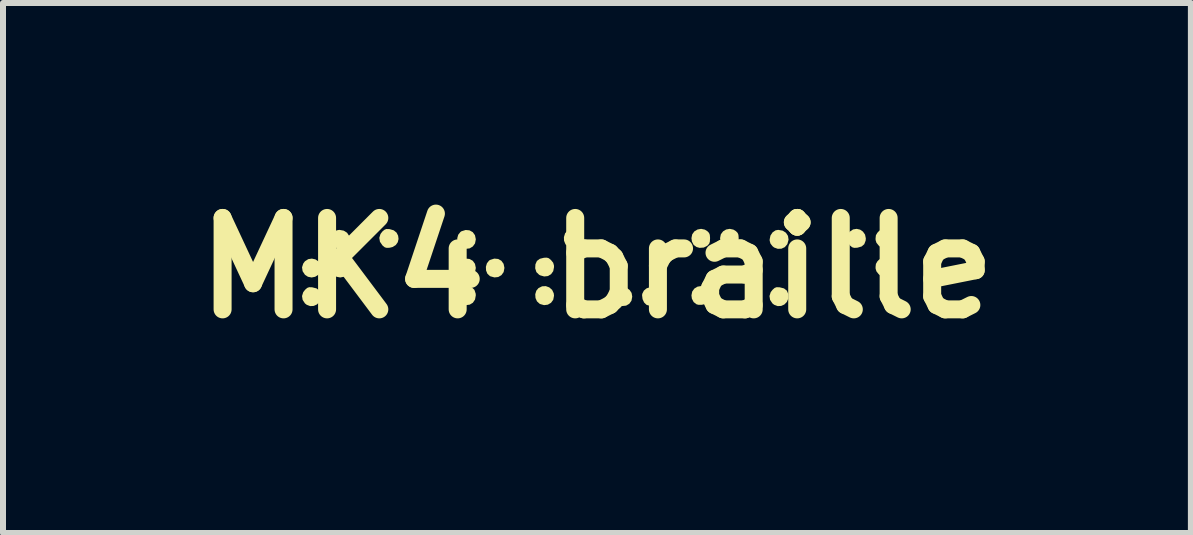
<source format=kicad_pcb>
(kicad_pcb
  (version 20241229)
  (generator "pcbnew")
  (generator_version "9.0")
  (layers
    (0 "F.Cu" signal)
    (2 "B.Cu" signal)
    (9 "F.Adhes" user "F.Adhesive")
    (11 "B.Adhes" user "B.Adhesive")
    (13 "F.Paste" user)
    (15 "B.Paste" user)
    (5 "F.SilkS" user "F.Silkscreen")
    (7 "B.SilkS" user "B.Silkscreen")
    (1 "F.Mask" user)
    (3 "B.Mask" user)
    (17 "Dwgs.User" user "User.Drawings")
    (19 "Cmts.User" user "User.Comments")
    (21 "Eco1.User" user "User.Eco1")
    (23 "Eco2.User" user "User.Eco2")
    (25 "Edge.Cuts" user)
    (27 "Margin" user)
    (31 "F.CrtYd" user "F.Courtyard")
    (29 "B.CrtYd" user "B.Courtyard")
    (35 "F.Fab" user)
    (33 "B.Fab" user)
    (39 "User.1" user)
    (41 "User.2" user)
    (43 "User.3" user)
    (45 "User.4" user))
  (footprint "MK4 braille"
    (layer "F.Cu")
    (at 6.902 1.418)
    (property "Reference" "MK4 braille" (at 0 0 0) (layer "F.SilkS") (effects (font (size 1.524 1.524) (thickness 0.3))))
    (attr board_only exclude_from_pos_files exclude_from_bom)
    (fp_poly (pts (xy -4.694 -0.144) (xy -4.643 -0.11) (xy -4.608 -0.059) (xy -4.596 0) (xy -4.61 0.064) (xy -4.646 0.113) (xy -4.698 0.146) (xy -4.757 0.158) (xy -4.818 0.146) (xy -4.868 0.113) (xy -4.907 0.054) (xy -4.917 -0.011) (xy -4.897 -0.074) (xy -4.868 -0.113) (xy -4.813 -0.148) (xy -4.753 -0.157)) (stroke (width 0) (type solid)) (fill yes) (layer "F.SilkS"))
    (fp_poly (pts (xy -2.086 0.323) (xy -2.043 0.364) (xy -2.022 0.427) (xy -2.02 0.455) (xy -2.033 0.526) (xy -2.069 0.579) (xy -2.122 0.611) (xy -2.186 0.619) (xy -2.255 0.599) (xy -2.262 0.596) (xy -2.303 0.556) (xy -2.325 0.507) (xy -2.332 0.437) (xy -2.313 0.377) (xy -2.271 0.332) (xy -2.225 0.312) (xy -2.147 0.304)) (stroke (width 0) (type solid)) (fill yes) (layer "F.SilkS"))
    (fp_poly (pts (xy -0.795 0.323) (xy -0.748 0.364) (xy -0.721 0.421) (xy -0.716 0.461) (xy -0.729 0.529) (xy -0.766 0.58) (xy -0.819 0.611) (xy -0.882 0.619) (xy -0.95 0.6) (xy -0.956 0.596) (xy -1 0.556) (xy -1.025 0.5) (xy -1.029 0.437) (xy -1.011 0.378) (xy -0.975 0.335) (xy -0.915 0.305) (xy -0.853 0.302)) (stroke (width 0) (type solid)) (fill yes) (layer "F.SilkS"))
    (fp_poly (pts (xy 0.495 0.332) (xy 0.543 0.365) (xy 0.577 0.415) (xy 0.588 0.477) (xy 0.575 0.545) (xy 0.539 0.596) (xy 0.486 0.627) (xy 0.422 0.634) (xy 0.354 0.615) (xy 0.347 0.611) (xy 0.304 0.572) (xy 0.28 0.515) (xy 0.278 0.451) (xy 0.291 0.405) (xy 0.331 0.352) (xy 0.382 0.324) (xy 0.44 0.318)) (stroke (width 0) (type solid)) (fill yes) (layer "F.SilkS"))
    (fp_poly (pts (xy -4.222 -0.623) (xy -4.166 -0.588) (xy -4.132 -0.536) (xy -4.122 -0.472) (xy -4.141 -0.403) (xy -4.144 -0.396) (xy -4.185 -0.348) (xy -4.241 -0.322) (xy -4.303 -0.32) (xy -4.363 -0.342) (xy -4.391 -0.365) (xy -4.424 -0.408) (xy -4.437 -0.456) (xy -4.437 -0.477) (xy -4.424 -0.541) (xy -4.389 -0.594) (xy -4.339 -0.628) (xy -4.295 -0.636)) (stroke (width 0) (type solid)) (fill yes) (layer "F.SilkS"))
    (fp_poly (pts (xy -4.216 -0.144) (xy -4.166 -0.11) (xy -4.131 -0.059) (xy -4.119 0) (xy -4.133 0.064) (xy -4.169 0.113) (xy -4.221 0.146) (xy -4.28 0.158) (xy -4.341 0.146) (xy -4.391 0.113) (xy -4.424 0.07) (xy -4.437 0.021) (xy -4.437 0) (xy -4.431 -0.054) (xy -4.406 -0.097) (xy -4.391 -0.113) (xy -4.336 -0.148) (xy -4.276 -0.157)) (stroke (width 0) (type solid)) (fill yes) (layer "F.SilkS"))
    (fp_poly (pts (xy -2.125 -0.628) (xy -2.071 -0.598) (xy -2.034 -0.547) (xy -2.02 -0.48) (xy -2.02 -0.477) (xy -2.033 -0.41) (xy -2.07 -0.359) (xy -2.123 -0.327) (xy -2.186 -0.32) (xy -2.254 -0.339) (xy -2.261 -0.342) (xy -2.304 -0.382) (xy -2.326 -0.437) (xy -2.329 -0.498) (xy -2.313 -0.555) (xy -2.276 -0.601) (xy -2.258 -0.613) (xy -2.189 -0.634)) (stroke (width 0) (type solid)) (fill yes) (layer "F.SilkS"))
    (fp_poly (pts (xy -2.125 -0.151) (xy -2.071 -0.121) (xy -2.034 -0.07) (xy -2.02 -0.003) (xy -2.02 0) (xy -2.033 0.068) (xy -2.07 0.119) (xy -2.123 0.15) (xy -2.186 0.157) (xy -2.254 0.138) (xy -2.261 0.135) (xy -2.304 0.095) (xy -2.326 0.041) (xy -2.329 -0.02) (xy -2.313 -0.078) (xy -2.276 -0.124) (xy -2.258 -0.135) (xy -2.189 -0.157)) (stroke (width 0) (type solid)) (fill yes) (layer "F.SilkS"))
    (fp_poly (pts (xy -1.647 -0.151) (xy -1.594 -0.121) (xy -1.557 -0.07) (xy -1.543 -0.003) (xy -1.543 0) (xy -1.556 0.068) (xy -1.593 0.119) (xy -1.646 0.15) (xy -1.709 0.157) (xy -1.777 0.138) (xy -1.784 0.135) (xy -1.827 0.095) (xy -1.849 0.041) (xy -1.852 -0.02) (xy -1.835 -0.078) (xy -1.799 -0.124) (xy -1.781 -0.135) (xy -1.712 -0.157)) (stroke (width 0) (type solid)) (fill yes) (layer "F.SilkS"))
    (fp_poly (pts (xy 3.095 -0.623) (xy 3.15 -0.588) (xy 3.184 -0.536) (xy 3.194 -0.472) (xy 3.175 -0.403) (xy 3.172 -0.396) (xy 3.131 -0.348) (xy 3.075 -0.322) (xy 3.013 -0.32) (xy 2.953 -0.342) (xy 2.925 -0.365) (xy 2.892 -0.408) (xy 2.879 -0.456) (xy 2.879 -0.477) (xy 2.892 -0.541) (xy 2.927 -0.594) (xy 2.977 -0.628) (xy 3.021 -0.636)) (stroke (width 0) (type solid)) (fill yes) (layer "F.SilkS"))
    (fp_poly (pts (xy -4.754 0.321) (xy -4.746 0.322) (xy -4.675 0.34) (xy -4.628 0.377) (xy -4.604 0.435) (xy -4.603 0.44) (xy -4.603 0.508) (xy -4.627 0.565) (xy -4.669 0.608) (xy -4.722 0.632) (xy -4.781 0.635) (xy -4.839 0.613) (xy -4.868 0.59) (xy -4.907 0.531) (xy -4.917 0.467) (xy -4.897 0.403) (xy -4.866 0.363) (xy -4.831 0.332) (xy -4.799 0.32)) (stroke (width 0) (type solid)) (fill yes) (layer "F.SilkS"))
    (fp_poly (pts (xy -0.803 -0.163) (xy -0.77 -0.136) (xy -0.764 -0.13) (xy -0.73 -0.088) (xy -0.717 -0.043) (xy -0.716 -0.016) (xy -0.729 0.052) (xy -0.765 0.103) (xy -0.817 0.134) (xy -0.88 0.141) (xy -0.947 0.122) (xy -0.965 0.112) (xy -1.01 0.068) (xy -1.03 0.005) (xy -1.026 -0.062) (xy -1.001 -0.118) (xy -0.952 -0.154) (xy -0.884 -0.171) (xy -0.836 -0.173)) (stroke (width 0) (type solid)) (fill yes) (layer "F.SilkS"))
    (fp_poly (pts (xy -0.327 -0.641) (xy -0.294 -0.615) (xy -0.287 -0.608) (xy -0.248 -0.551) (xy -0.236 -0.492) (xy -0.247 -0.435) (xy -0.278 -0.387) (xy -0.323 -0.352) (xy -0.38 -0.335) (xy -0.445 -0.341) (xy -0.477 -0.354) (xy -0.525 -0.395) (xy -0.549 -0.455) (xy -0.551 -0.515) (xy -0.531 -0.58) (xy -0.491 -0.623) (xy -0.426 -0.645) (xy -0.408 -0.648) (xy -0.36 -0.651)) (stroke (width 0) (type solid)) (fill yes) (layer "F.SilkS"))
    (fp_poly (pts (xy 0.947 0.322) (xy 1.005 0.344) (xy 1.045 0.38) (xy 1.058 0.412) (xy 1.065 0.459) (xy 1.065 0.474) (xy 1.052 0.543) (xy 1.017 0.595) (xy 0.964 0.627) (xy 0.901 0.635) (xy 0.832 0.616) (xy 0.824 0.612) (xy 0.786 0.575) (xy 0.76 0.519) (xy 0.752 0.456) (xy 0.755 0.43) (xy 0.782 0.376) (xy 0.827 0.339) (xy 0.885 0.32)) (stroke (width 0) (type solid)) (fill yes) (layer "F.SilkS"))
    (fp_poly (pts (xy 3.039 0.321) (xy 3.047 0.322) (xy 3.118 0.34) (xy 3.165 0.377) (xy 3.19 0.435) (xy 3.19 0.44) (xy 3.19 0.508) (xy 3.166 0.565) (xy 3.124 0.608) (xy 3.071 0.632) (xy 3.012 0.635) (xy 2.954 0.613) (xy 2.925 0.59) (xy 2.886 0.531) (xy 2.876 0.467) (xy 2.896 0.403) (xy 2.927 0.363) (xy 2.962 0.332) (xy 2.994 0.32)) (stroke (width 0) (type solid)) (fill yes) (layer "F.SilkS"))
    (fp_poly (pts (xy 4.386 -0.64) (xy 4.434 -0.607) (xy 4.469 -0.557) (xy 4.482 -0.494) (xy 4.479 -0.457) (xy 4.456 -0.397) (xy 4.412 -0.359) (xy 4.343 -0.339) (xy 4.335 -0.338) (xy 4.287 -0.336) (xy 4.254 -0.346) (xy 4.221 -0.373) (xy 4.216 -0.379) (xy 4.175 -0.438) (xy 4.165 -0.502) (xy 4.183 -0.566) (xy 4.214 -0.606) (xy 4.269 -0.643) (xy 4.329 -0.653)) (stroke (width 0) (type solid)) (fill yes) (layer "F.SilkS"))
    (fp_poly (pts (xy -3.47 -0.649) (xy -3.455 -0.648) (xy -3.388 -0.628) (xy -3.341 -0.59) (xy -3.315 -0.539) (xy -3.308 -0.484) (xy -3.321 -0.43) (xy -3.354 -0.383) (xy -3.408 -0.35) (xy -3.455 -0.338) (xy -3.504 -0.336) (xy -3.536 -0.344) (xy -3.568 -0.369) (xy -3.578 -0.379) (xy -3.618 -0.438) (xy -3.629 -0.503) (xy -3.609 -0.567) (xy -3.578 -0.608) (xy -3.544 -0.637) (xy -3.513 -0.65)) (stroke (width 0) (type solid)) (fill yes) (layer "F.SilkS"))
    (fp_poly (pts (xy 1.795 0.314) (xy 1.848 0.351) (xy 1.878 0.385) (xy 1.89 0.417) (xy 1.89 0.461) (xy 1.888 0.472) (xy 1.876 0.527) (xy 1.854 0.57) (xy 1.849 0.576) (xy 1.807 0.6) (xy 1.749 0.613) (xy 1.691 0.613) (xy 1.66 0.605) (xy 1.612 0.568) (xy 1.582 0.511) (xy 1.575 0.456) (xy 1.588 0.392) (xy 1.624 0.342) (xy 1.675 0.311) (xy 1.734 0.301)) (stroke (width 0) (type solid)) (fill yes) (layer "F.SilkS"))
    (fp_poly (pts (xy 1.798 -0.64) (xy 1.84 -0.614) (xy 1.868 -0.585) (xy 1.881 -0.553) (xy 1.885 -0.504) (xy 1.885 -0.493) (xy 1.882 -0.44) (xy 1.871 -0.406) (xy 1.846 -0.378) (xy 1.84 -0.372) (xy 1.781 -0.341) (xy 1.711 -0.336) (xy 1.66 -0.35) (xy 1.612 -0.385) (xy 1.583 -0.442) (xy 1.575 -0.498) (xy 1.588 -0.562) (xy 1.624 -0.611) (xy 1.676 -0.642) (xy 1.736 -0.653)) (stroke (width 0) (type solid)) (fill yes) (layer "F.SilkS"))
    (fp_poly (pts (xy 2.275 -0.64) (xy 2.317 -0.614) (xy 2.345 -0.585) (xy 2.358 -0.553) (xy 2.362 -0.504) (xy 2.362 -0.493) (xy 2.359 -0.44) (xy 2.348 -0.406) (xy 2.323 -0.378) (xy 2.317 -0.372) (xy 2.258 -0.341) (xy 2.188 -0.336) (xy 2.137 -0.35) (xy 2.09 -0.385) (xy 2.06 -0.442) (xy 2.052 -0.498) (xy 2.065 -0.562) (xy 2.102 -0.611) (xy 2.153 -0.642) (xy 2.214 -0.653)) (stroke (width 0) (type solid)) (fill yes) (layer "F.SilkS"))
    (fp_poly (pts (xy 4.801 -0.649) (xy 4.815 -0.648) (xy 4.882 -0.628) (xy 4.929 -0.59) (xy 4.956 -0.539) (xy 4.963 -0.484) (xy 4.949 -0.43) (xy 4.916 -0.383) (xy 4.863 -0.35) (xy 4.815 -0.338) (xy 4.767 -0.336) (xy 4.734 -0.344) (xy 4.702 -0.369) (xy 4.693 -0.379) (xy 4.659 -0.421) (xy 4.645 -0.466) (xy 4.644 -0.493) (xy 4.65 -0.546) (xy 4.674 -0.587) (xy 4.693 -0.608) (xy 4.727 -0.637) (xy 4.758 -0.65)) (stroke (width 0) (type solid)) (fill yes) (layer "F.SilkS"))
    (fp_poly (pts (xy 4.801 -0.172) (xy 4.815 -0.171) (xy 4.882 -0.151) (xy 4.929 -0.112) (xy 4.956 -0.062) (xy 4.963 -0.007) (xy 4.949 0.048) (xy 4.916 0.094) (xy 4.863 0.128) (xy 4.815 0.139) (xy 4.767 0.142) (xy 4.734 0.133) (xy 4.702 0.108) (xy 4.693 0.099) (xy 4.659 0.056) (xy 4.645 0.011) (xy 4.644 -0.016) (xy 4.65 -0.068) (xy 4.674 -0.11) (xy 4.693 -0.13) (xy 4.727 -0.16) (xy 4.758 -0.173)) (stroke (width 0) (type solid)) (fill yes) (layer "F.SilkS")))
  (gr_rect
    (start -3 -3)
    (end 16.803 5.836)
    (stroke (width 0.1) (type default))
    (fill no)
    (layer "Edge.Cuts")))
</source>
